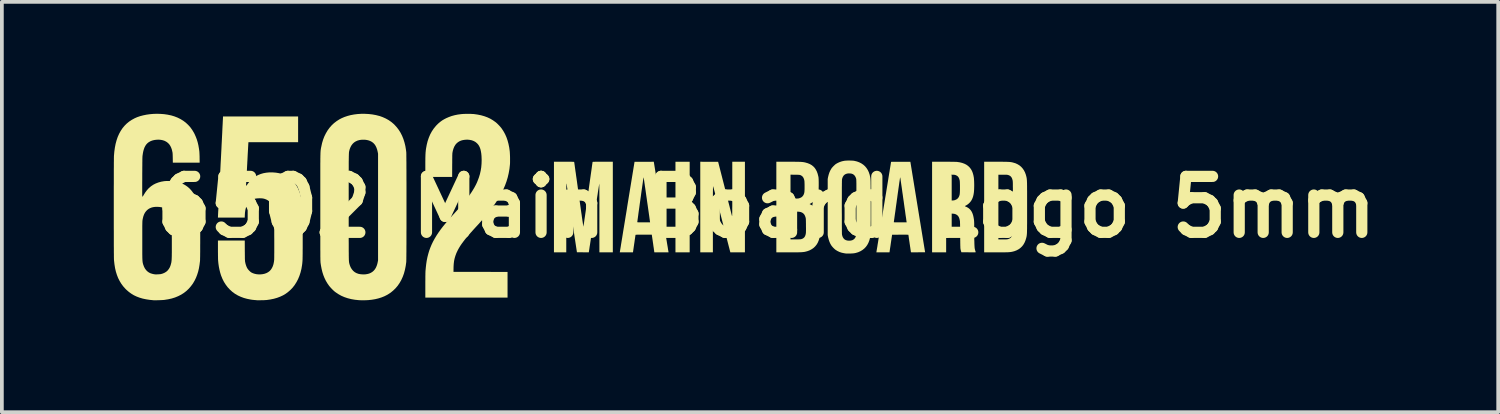
<source format=kicad_pcb>
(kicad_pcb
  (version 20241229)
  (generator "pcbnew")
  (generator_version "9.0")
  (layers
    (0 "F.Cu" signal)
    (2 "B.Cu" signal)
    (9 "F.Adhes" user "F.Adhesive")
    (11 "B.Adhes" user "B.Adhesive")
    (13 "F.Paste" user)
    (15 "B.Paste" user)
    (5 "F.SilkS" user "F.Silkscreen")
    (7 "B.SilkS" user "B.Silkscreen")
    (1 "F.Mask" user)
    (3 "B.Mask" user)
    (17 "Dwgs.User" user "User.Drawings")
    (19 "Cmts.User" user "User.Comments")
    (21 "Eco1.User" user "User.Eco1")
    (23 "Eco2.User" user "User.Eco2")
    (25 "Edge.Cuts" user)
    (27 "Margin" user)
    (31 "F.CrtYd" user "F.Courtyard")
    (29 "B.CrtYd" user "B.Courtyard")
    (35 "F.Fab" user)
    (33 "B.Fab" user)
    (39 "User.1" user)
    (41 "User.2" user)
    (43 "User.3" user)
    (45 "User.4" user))
  (footprint "6502 Main Board Logo 5mm"
    (layer "F.Cu")
    (at 17.489 2.5)
    (property "Reference" "6502 Main Board Logo 5mm" (at 0 0 0) (layer "F.SilkS") (effects (font (size 1.5 1.5) (thickness 0.3))))
    (attr board_only exclude_from_pos_files exclude_from_bom)
    (fp_poly (pts (xy -2.052 0) (xy -2.052 1.214) (xy -2.242 1.214) (xy -2.433 1.214) (xy -2.433 0) (xy -2.433 -1.214) (xy -2.242 -1.214) (xy -2.052 -1.214)) (stroke (width 0) (type solid)) (fill yes) (layer "F.SilkS"))
    (fp_poly (pts (xy -1.528 -1.213) (xy -1.289 -1.212) (xy -1.106 -0.497) (xy -1.087 -0.421) (xy -1.068 -0.347) (xy -1.05 -0.276) (xy -1.032 -0.207) (xy -1.016 -0.142) (xy -1 -0.081) (xy -0.985 -0.024) (xy -0.972 0.029) (xy -0.96 0.076) (xy -0.949 0.118) (xy -0.94 0.153) (xy -0.933 0.183) (xy -0.927 0.205) (xy -0.923 0.221) (xy -0.921 0.229) (xy -0.921 0.23) (xy -0.917 0.238) (xy -0.914 0.241) (xy -0.913 0.237) (xy -0.913 0.224) (xy -0.912 0.203) (xy -0.912 0.174) (xy -0.911 0.137) (xy -0.911 0.092) (xy -0.911 0.039) (xy -0.91 -0.022) (xy -0.91 -0.091) (xy -0.91 -0.167) (xy -0.91 -0.251) (xy -0.91 -0.342) (xy -0.91 -0.441) (xy -0.91 -0.487) (xy -0.91 -1.214) (xy -0.74 -1.214) (xy -0.571 -1.214) (xy -0.571 0) (xy -0.571 1.214) (xy -0.767 1.214) (xy -0.962 1.214) (xy -1.191 0.328) (xy -1.22 0.214) (xy -1.248 0.108) (xy -1.273 0.01) (xy -1.297 -0.081) (xy -1.318 -0.164) (xy -1.338 -0.239) (xy -1.355 -0.306) (xy -1.371 -0.366) (xy -1.385 -0.417) (xy -1.397 -0.461) (xy -1.406 -0.496) (xy -1.414 -0.524) (xy -1.42 -0.544) (xy -1.423 -0.555) (xy -1.425 -0.558) (xy -1.425 -0.557) (xy -1.426 -0.552) (xy -1.426 -0.544) (xy -1.427 -0.532) (xy -1.427 -0.516) (xy -1.428 -0.496) (xy -1.428 -0.471) (xy -1.428 -0.441) (xy -1.429 -0.406) (xy -1.429 -0.366) (xy -1.429 -0.319) (xy -1.429 -0.267) (xy -1.429 -0.208) (xy -1.43 -0.143) (xy -1.43 -0.071) (xy -1.43 0.009) (xy -1.43 0.096) (xy -1.43 0.191) (xy -1.43 0.294) (xy -1.43 0.328) (xy -1.43 1.214) (xy -1.599 1.214) (xy -1.768 1.214) (xy -1.768 -0.000035) (xy -1.768 -1.214)) (stroke (width 0) (type solid)) (fill yes) (layer "F.SilkS"))
    (fp_poly (pts (xy 6.165 -1.214) (xy 6.229 -1.214) (xy 6.286 -1.214) (xy 6.335 -1.214) (xy 6.378 -1.213) (xy 6.415 -1.213) (xy 6.447 -1.212) (xy 6.475 -1.211) (xy 6.499 -1.21) (xy 6.519 -1.209) (xy 6.538 -1.207) (xy 6.554 -1.205) (xy 6.569 -1.203) (xy 6.584 -1.2) (xy 6.599 -1.197) (xy 6.614 -1.193) (xy 6.677 -1.175) (xy 6.734 -1.149) (xy 6.786 -1.118) (xy 6.832 -1.08) (xy 6.872 -1.036) (xy 6.907 -0.986) (xy 6.936 -0.93) (xy 6.959 -0.868) (xy 6.97 -0.827) (xy 6.973 -0.815) (xy 6.976 -0.804) (xy 6.978 -0.792) (xy 6.98 -0.781) (xy 6.982 -0.769) (xy 6.984 -0.756) (xy 6.985 -0.742) (xy 6.987 -0.726) (xy 6.988 -0.707) (xy 6.989 -0.686) (xy 6.99 -0.662) (xy 6.991 -0.634) (xy 6.991 -0.603) (xy 6.992 -0.566) (xy 6.992 -0.526) (xy 6.992 -0.48) (xy 6.993 -0.428) (xy 6.993 -0.37) (xy 6.993 -0.306) (xy 6.993 -0.235) (xy 6.993 -0.157) (xy 6.993 -0.071) (xy 6.993 0) (xy 6.993 0.092) (xy 6.993 0.176) (xy 6.993 0.253) (xy 6.993 0.322) (xy 6.993 0.385) (xy 6.993 0.441) (xy 6.992 0.491) (xy 6.992 0.536) (xy 6.992 0.576) (xy 6.991 0.611) (xy 6.99 0.641) (xy 6.99 0.668) (xy 6.989 0.692) (xy 6.988 0.712) (xy 6.986 0.73) (xy 6.985 0.746) (xy 6.983 0.759) (xy 6.982 0.772) (xy 6.98 0.784) (xy 6.977 0.795) (xy 6.975 0.806) (xy 6.972 0.818) (xy 6.97 0.827) (xy 6.95 0.893) (xy 6.925 0.953) (xy 6.894 1.007) (xy 6.857 1.055) (xy 6.814 1.096) (xy 6.766 1.131) (xy 6.712 1.16) (xy 6.652 1.183) (xy 6.614 1.193) (xy 6.598 1.197) (xy 6.583 1.2) (xy 6.568 1.203) (xy 6.553 1.205) (xy 6.537 1.207) (xy 6.518 1.209) (xy 6.498 1.21) (xy 6.474 1.212) (xy 6.446 1.212) (xy 6.414 1.213) (xy 6.376 1.213) (xy 6.333 1.214) (xy 6.283 1.214) (xy 6.226 1.214) (xy 6.165 1.214) (xy 5.842 1.214) (xy 5.842 0) (xy 5.842 -0.867) (xy 6.223 -0.867) (xy 6.223 0) (xy 6.223 0.867) (xy 6.34 0.867) (xy 6.375 0.867) (xy 6.404 0.867) (xy 6.426 0.867) (xy 6.443 0.866) (xy 6.456 0.865) (xy 6.467 0.863) (xy 6.477 0.861) (xy 6.485 0.859) (xy 6.519 0.846) (xy 6.547 0.827) (xy 6.569 0.804) (xy 6.587 0.774) (xy 6.6 0.737) (xy 6.604 0.717) (xy 6.605 0.712) (xy 6.606 0.706) (xy 6.607 0.7) (xy 6.608 0.692) (xy 6.609 0.683) (xy 6.609 0.672) (xy 6.61 0.658) (xy 6.61 0.641) (xy 6.611 0.622) (xy 6.611 0.598) (xy 6.611 0.571) (xy 6.611 0.539) (xy 6.612 0.502) (xy 6.612 0.46) (xy 6.612 0.413) (xy 6.612 0.359) (xy 6.612 0.298) (xy 6.612 0.231) (xy 6.612 0.157) (xy 6.612 0.075) (xy 6.612 0) (xy 6.612 -0.089) (xy 6.612 -0.17) (xy 6.612 -0.243) (xy 6.612 -0.309) (xy 6.612 -0.368) (xy 6.612 -0.421) (xy 6.612 -0.468) (xy 6.612 -0.509) (xy 6.611 -0.545) (xy 6.611 -0.576) (xy 6.611 -0.602) (xy 6.611 -0.625) (xy 6.61 -0.644) (xy 6.61 -0.66) (xy 6.609 -0.674) (xy 6.608 -0.685) (xy 6.608 -0.694) (xy 6.607 -0.701) (xy 6.606 -0.707) (xy 6.605 -0.713) (xy 6.604 -0.717) (xy 6.593 -0.757) (xy 6.578 -0.79) (xy 6.558 -0.817) (xy 6.533 -0.838) (xy 6.502 -0.853) (xy 6.485 -0.859) (xy 6.476 -0.861) (xy 6.466 -0.863) (xy 6.455 -0.865) (xy 6.442 -0.866) (xy 6.424 -0.867) (xy 6.402 -0.867) (xy 6.373 -0.867) (xy 6.34 -0.867) (xy 6.223 -0.867) (xy 5.842 -0.867) (xy 5.842 -1.214)) (stroke (width 0) (type solid)) (fill yes) (layer "F.SilkS"))
    (fp_poly (pts (xy -2.818 -0.01) (xy -2.802 0.09) (xy -2.786 0.188) (xy -2.77 0.283) (xy -2.755 0.376) (xy -2.741 0.465) (xy -2.727 0.551) (xy -2.713 0.633) (xy -2.701 0.711) (xy -2.689 0.785) (xy -2.678 0.853) (xy -2.667 0.917) (xy -2.658 0.975) (xy -2.649 1.028) (xy -2.641 1.074) (xy -2.635 1.114) (xy -2.63 1.147) (xy -2.625 1.173) (xy -2.622 1.191) (xy -2.62 1.202) (xy -2.62 1.205) (xy -2.618 1.214) (xy -2.809 1.214) (xy -2.848 1.214) (xy -2.884 1.214) (xy -2.917 1.214) (xy -2.946 1.214) (xy -2.969 1.213) (xy -2.986 1.213) (xy -2.997 1.213) (xy -2.999 1.213) (xy -3 1.208) (xy -3.002 1.196) (xy -3.004 1.177) (xy -3.008 1.153) (xy -3.012 1.124) (xy -3.016 1.092) (xy -3.022 1.057) (xy -3.027 1.02) (xy -3.032 0.982) (xy -3.038 0.944) (xy -3.043 0.907) (xy -3.048 0.872) (xy -3.053 0.84) (xy -3.057 0.811) (xy -3.061 0.787) (xy -3.063 0.769) (xy -3.065 0.758) (xy -3.066 0.754) (xy -3.068 0.74) (xy -3.285 0.74) (xy -3.333 0.74) (xy -3.374 0.74) (xy -3.408 0.741) (xy -3.435 0.741) (xy -3.456 0.741) (xy -3.473 0.742) (xy -3.485 0.742) (xy -3.493 0.743) (xy -3.499 0.744) (xy -3.502 0.745) (xy -3.503 0.747) (xy -3.504 0.748) (xy -3.505 0.753) (xy -3.507 0.766) (xy -3.51 0.786) (xy -3.514 0.812) (xy -3.518 0.843) (xy -3.524 0.879) (xy -3.529 0.918) (xy -3.535 0.96) (xy -3.539 0.985) (xy -3.572 1.214) (xy -3.749 1.214) (xy -3.925 1.214) (xy -3.923 1.2) (xy -3.922 1.195) (xy -3.92 1.182) (xy -3.917 1.161) (xy -3.912 1.133) (xy -3.906 1.097) (xy -3.899 1.055) (xy -3.892 1.007) (xy -3.883 0.953) (xy -3.873 0.892) (xy -3.862 0.827) (xy -3.851 0.757) (xy -3.839 0.682) (xy -3.826 0.602) (xy -3.812 0.519) (xy -3.798 0.432) (xy -3.793 0.403) (xy -3.456 0.403) (xy -3.456 0.405) (xy -3.454 0.406) (xy -3.45 0.408) (xy -3.443 0.408) (xy -3.433 0.409) (xy -3.418 0.41) (xy -3.398 0.41) (xy -3.371 0.41) (xy -3.339 0.41) (xy -3.298 0.41) (xy -3.285 0.41) (xy -3.248 0.41) (xy -3.213 0.41) (xy -3.183 0.41) (xy -3.157 0.41) (xy -3.136 0.41) (xy -3.121 0.41) (xy -3.114 0.409) (xy -3.114 0.409) (xy -3.114 0.404) (xy -3.116 0.391) (xy -3.119 0.372) (xy -3.122 0.345) (xy -3.127 0.312) (xy -3.132 0.274) (xy -3.138 0.231) (xy -3.145 0.184) (xy -3.152 0.133) (xy -3.16 0.079) (xy -3.168 0.022) (xy -3.176 -0.036) (xy -3.185 -0.097) (xy -3.194 -0.158) (xy -3.202 -0.219) (xy -3.211 -0.28) (xy -3.22 -0.341) (xy -3.228 -0.399) (xy -3.236 -0.456) (xy -3.244 -0.511) (xy -3.252 -0.562) (xy -3.258 -0.609) (xy -3.265 -0.653) (xy -3.27 -0.691) (xy -3.275 -0.724) (xy -3.279 -0.751) (xy -3.282 -0.771) (xy -3.284 -0.785) (xy -3.285 -0.79) (xy -3.285 -0.79) (xy -3.289 -0.79) (xy -3.29 -0.79) (xy -3.29 -0.786) (xy -3.292 -0.773) (xy -3.295 -0.754) (xy -3.299 -0.728) (xy -3.304 -0.696) (xy -3.309 -0.658) (xy -3.315 -0.616) (xy -3.322 -0.569) (xy -3.329 -0.518) (xy -3.337 -0.464) (xy -3.345 -0.408) (xy -3.353 -0.349) (xy -3.361 -0.289) (xy -3.37 -0.228) (xy -3.378 -0.167) (xy -3.387 -0.106) (xy -3.395 -0.046) (xy -3.403 0.013) (xy -3.411 0.07) (xy -3.419 0.124) (xy -3.426 0.175) (xy -3.432 0.223) (xy -3.438 0.266) (xy -3.443 0.304) (xy -3.448 0.337) (xy -3.451 0.364) (xy -3.454 0.384) (xy -3.456 0.398) (xy -3.456 0.403) (xy -3.793 0.403) (xy -3.783 0.342) (xy -3.768 0.248) (xy -3.752 0.152) (xy -3.736 0.054) (xy -3.726 -0.013) (xy -3.53 -1.212) (xy -3.272 -1.213) (xy -3.014 -1.214)) (stroke (width 0) (type solid)) (fill yes) (layer "F.SilkS"))
    (fp_poly (pts (xy 3.586 -1.213) (xy 3.605 -1.213) (xy 3.864 -1.212) (xy 4.061 0) (xy 4.259 1.212) (xy 4.07 1.213) (xy 4.031 1.213) (xy 3.995 1.213) (xy 3.962 1.213) (xy 3.933 1.213) (xy 3.91 1.213) (xy 3.893 1.213) (xy 3.883 1.212) (xy 3.88 1.212) (xy 3.879 1.208) (xy 3.877 1.196) (xy 3.874 1.178) (xy 3.871 1.154) (xy 3.866 1.125) (xy 3.862 1.093) (xy 3.856 1.057) (xy 3.851 1.02) (xy 3.845 0.982) (xy 3.84 0.944) (xy 3.834 0.906) (xy 3.829 0.871) (xy 3.824 0.838) (xy 3.82 0.808) (xy 3.817 0.784) (xy 3.814 0.764) (xy 3.812 0.751) (xy 3.812 0.746) (xy 3.81 0.744) (xy 3.805 0.743) (xy 3.796 0.743) (xy 3.782 0.742) (xy 3.763 0.741) (xy 3.737 0.741) (xy 3.706 0.741) (xy 3.667 0.741) (xy 3.621 0.741) (xy 3.593 0.741) (xy 3.374 0.742) (xy 3.339 0.977) (xy 3.333 1.021) (xy 3.327 1.062) (xy 3.321 1.099) (xy 3.316 1.133) (xy 3.312 1.161) (xy 3.309 1.185) (xy 3.306 1.201) (xy 3.305 1.211) (xy 3.304 1.213) (xy 3.3 1.213) (xy 3.288 1.214) (xy 3.27 1.214) (xy 3.246 1.214) (xy 3.217 1.214) (xy 3.183 1.214) (xy 3.147 1.214) (xy 3.128 1.214) (xy 2.952 1.214) (xy 2.954 1.2) (xy 2.956 1.194) (xy 2.958 1.18) (xy 2.961 1.159) (xy 2.966 1.13) (xy 2.972 1.095) (xy 2.979 1.054) (xy 2.986 1.006) (xy 2.995 0.954) (xy 3.004 0.896) (xy 3.014 0.833) (xy 3.025 0.767) (xy 3.037 0.696) (xy 3.049 0.622) (xy 3.061 0.545) (xy 3.074 0.466) (xy 3.084 0.405) (xy 3.42 0.405) (xy 3.421 0.406) (xy 3.424 0.407) (xy 3.431 0.408) (xy 3.441 0.409) (xy 3.455 0.41) (xy 3.475 0.41) (xy 3.5 0.41) (xy 3.533 0.41) (xy 3.572 0.41) (xy 3.592 0.41) (xy 3.765 0.41) (xy 3.763 0.401) (xy 3.762 0.396) (xy 3.76 0.382) (xy 3.757 0.362) (xy 3.753 0.334) (xy 3.749 0.3) (xy 3.743 0.261) (xy 3.736 0.215) (xy 3.729 0.165) (xy 3.722 0.11) (xy 3.713 0.051) (xy 3.704 -0.012) (xy 3.695 -0.077) (xy 3.686 -0.145) (xy 3.678 -0.199) (xy 3.668 -0.268) (xy 3.659 -0.336) (xy 3.649 -0.4) (xy 3.641 -0.462) (xy 3.633 -0.519) (xy 3.625 -0.573) (xy 3.618 -0.621) (xy 3.612 -0.665) (xy 3.606 -0.702) (xy 3.602 -0.734) (xy 3.598 -0.759) (xy 3.595 -0.778) (xy 3.594 -0.788) (xy 3.593 -0.791) (xy 3.589 -0.79) (xy 3.588 -0.789) (xy 3.587 -0.784) (xy 3.585 -0.772) (xy 3.582 -0.752) (xy 3.578 -0.725) (xy 3.573 -0.691) (xy 3.567 -0.652) (xy 3.561 -0.607) (xy 3.554 -0.557) (xy 3.546 -0.503) (xy 3.538 -0.444) (xy 3.529 -0.382) (xy 3.52 -0.317) (xy 3.511 -0.249) (xy 3.503 -0.195) (xy 3.494 -0.125) (xy 3.484 -0.057) (xy 3.475 0.007) (xy 3.467 0.069) (xy 3.459 0.127) (xy 3.451 0.181) (xy 3.444 0.23) (xy 3.438 0.274) (xy 3.433 0.312) (xy 3.428 0.344) (xy 3.425 0.37) (xy 3.422 0.389) (xy 3.42 0.4) (xy 3.42 0.403) (xy 3.42 0.405) (xy 3.084 0.405) (xy 3.088 0.384) (xy 3.101 0.3) (xy 3.115 0.215) (xy 3.129 0.129) (xy 3.143 0.042) (xy 3.157 -0.045) (xy 3.171 -0.131) (xy 3.185 -0.218) (xy 3.199 -0.303) (xy 3.213 -0.386) (xy 3.226 -0.468) (xy 3.239 -0.548) (xy 3.252 -0.626) (xy 3.264 -0.7) (xy 3.275 -0.771) (xy 3.286 -0.838) (xy 3.296 -0.9) (xy 3.306 -0.958) (xy 3.314 -1.012) (xy 3.322 -1.059) (xy 3.329 -1.101) (xy 3.335 -1.137) (xy 3.339 -1.166) (xy 3.343 -1.188) (xy 3.345 -1.203) (xy 3.346 -1.21) (xy 3.346 -1.21) (xy 3.351 -1.211) (xy 3.363 -1.212) (xy 3.383 -1.212) (xy 3.41 -1.213) (xy 3.445 -1.213) (xy 3.486 -1.213) (xy 3.533 -1.213)) (stroke (width 0) (type solid)) (fill yes) (layer "F.SilkS"))
    (fp_poly (pts (xy -5.365 -1.214) (xy -5.318 -1.214) (xy -5.279 -1.214) (xy -5.246 -1.214) (xy -5.219 -1.214) (xy -5.198 -1.213) (xy -5.181 -1.213) (xy -5.169 -1.212) (xy -5.16 -1.211) (xy -5.154 -1.211) (xy -5.15 -1.209) (xy -5.148 -1.208) (xy -5.148 -1.207) (xy -5.147 -1.202) (xy -5.145 -1.189) (xy -5.142 -1.169) (xy -5.138 -1.141) (xy -5.133 -1.107) (xy -5.128 -1.066) (xy -5.121 -1.019) (xy -5.114 -0.966) (xy -5.105 -0.909) (xy -5.097 -0.846) (xy -5.087 -0.779) (xy -5.077 -0.709) (xy -5.067 -0.634) (xy -5.056 -0.556) (xy -5.045 -0.476) (xy -5.033 -0.392) (xy -5.026 -0.337) (xy -5.013 -0.248) (xy -5.001 -0.162) (xy -4.989 -0.079) (xy -4.978 -0.001) (xy -4.968 0.074) (xy -4.958 0.144) (xy -4.948 0.21) (xy -4.94 0.27) (xy -4.932 0.325) (xy -4.925 0.374) (xy -4.918 0.416) (xy -4.913 0.452) (xy -4.908 0.482) (xy -4.905 0.503) (xy -4.903 0.518) (xy -4.901 0.524) (xy -4.901 0.525) (xy -4.9 0.52) (xy -4.898 0.508) (xy -4.895 0.488) (xy -4.891 0.461) (xy -4.885 0.427) (xy -4.879 0.386) (xy -4.873 0.339) (xy -4.865 0.286) (xy -4.856 0.227) (xy -4.847 0.163) (xy -4.837 0.094) (xy -4.827 0.021) (xy -4.816 -0.057) (xy -4.805 -0.139) (xy -4.793 -0.224) (xy -4.78 -0.312) (xy -4.777 -0.337) (xy -4.765 -0.422) (xy -4.754 -0.504) (xy -4.743 -0.584) (xy -4.732 -0.661) (xy -4.722 -0.734) (xy -4.712 -0.803) (xy -4.703 -0.869) (xy -4.694 -0.93) (xy -4.686 -0.986) (xy -4.679 -1.036) (xy -4.673 -1.081) (xy -4.668 -1.119) (xy -4.663 -1.152) (xy -4.659 -1.177) (xy -4.657 -1.194) (xy -4.655 -1.205) (xy -4.655 -1.207) (xy -4.654 -1.208) (xy -4.652 -1.21) (xy -4.649 -1.211) (xy -4.643 -1.212) (xy -4.634 -1.212) (xy -4.621 -1.213) (xy -4.604 -1.213) (xy -4.583 -1.214) (xy -4.556 -1.214) (xy -4.523 -1.214) (xy -4.483 -1.214) (xy -4.436 -1.214) (xy -4.383 -1.214) (xy -4.112 -1.214) (xy -4.112 0) (xy -4.112 1.214) (xy -4.292 1.214) (xy -4.472 1.214) (xy -4.472 0.294) (xy -4.472 0.206) (xy -4.472 0.121) (xy -4.472 0.038) (xy -4.472 -0.041) (xy -4.472 -0.117) (xy -4.472 -0.19) (xy -4.472 -0.258) (xy -4.473 -0.322) (xy -4.473 -0.381) (xy -4.473 -0.434) (xy -4.473 -0.482) (xy -4.473 -0.523) (xy -4.474 -0.558) (xy -4.474 -0.586) (xy -4.474 -0.607) (xy -4.475 -0.621) (xy -4.475 -0.626) (xy -4.475 -0.626) (xy -4.476 -0.622) (xy -4.478 -0.61) (xy -4.481 -0.59) (xy -4.486 -0.563) (xy -4.491 -0.529) (xy -4.497 -0.489) (xy -4.505 -0.443) (xy -4.513 -0.391) (xy -4.521 -0.333) (xy -4.531 -0.271) (xy -4.541 -0.204) (xy -4.552 -0.133) (xy -4.564 -0.058) (xy -4.575 0.02) (xy -4.588 0.101) (xy -4.6 0.185) (xy -4.613 0.272) (xy -4.615 0.282) (xy -4.628 0.369) (xy -4.641 0.454) (xy -4.653 0.536) (xy -4.665 0.615) (xy -4.677 0.691) (xy -4.687 0.763) (xy -4.698 0.831) (xy -4.707 0.895) (xy -4.716 0.953) (xy -4.724 1.007) (xy -4.732 1.055) (xy -4.738 1.097) (xy -4.743 1.132) (xy -4.748 1.161) (xy -4.751 1.182) (xy -4.753 1.196) (xy -4.754 1.202) (xy -4.754 1.203) (xy -4.756 1.214) (xy -4.915 1.213) (xy -5.074 1.212) (xy -5.213 0.296) (xy -5.226 0.209) (xy -5.239 0.124) (xy -5.251 0.042) (xy -5.263 -0.037) (xy -5.275 -0.113) (xy -5.285 -0.185) (xy -5.296 -0.253) (xy -5.305 -0.316) (xy -5.314 -0.375) (xy -5.322 -0.428) (xy -5.329 -0.476) (xy -5.336 -0.518) (xy -5.341 -0.553) (xy -5.345 -0.582) (xy -5.348 -0.603) (xy -5.35 -0.617) (xy -5.351 -0.623) (xy -5.351 -0.623) (xy -5.355 -0.626) (xy -5.356 -0.626) (xy -5.356 -0.622) (xy -5.357 -0.609) (xy -5.357 -0.588) (xy -5.358 -0.559) (xy -5.358 -0.521) (xy -5.359 -0.474) (xy -5.359 -0.42) (xy -5.359 -0.357) (xy -5.359 -0.285) (xy -5.36 -0.206) (xy -5.36 -0.118) (xy -5.36 -0.021) (xy -5.36 0.083) (xy -5.36 0.196) (xy -5.36 0.294) (xy -5.36 1.214) (xy -5.525 1.214) (xy -5.69 1.214) (xy -5.69 0) (xy -5.69 -1.214) (xy -5.42 -1.214)) (stroke (width 0) (type solid)) (fill yes) (layer "F.SilkS"))
    (fp_poly (pts (xy 4.816 -1.214) (xy 4.872 -1.214) (xy 4.924 -1.214) (xy 4.971 -1.213) (xy 5.012 -1.213) (xy 5.047 -1.212) (xy 5.076 -1.211) (xy 5.097 -1.211) (xy 5.11 -1.21) (xy 5.111 -1.21) (xy 5.183 -1.2) (xy 5.249 -1.184) (xy 5.308 -1.163) (xy 5.361 -1.137) (xy 5.407 -1.105) (xy 5.448 -1.067) (xy 5.483 -1.023) (xy 5.512 -0.974) (xy 5.535 -0.918) (xy 5.553 -0.855) (xy 5.566 -0.786) (xy 5.567 -0.774) (xy 5.569 -0.751) (xy 5.571 -0.72) (xy 5.573 -0.685) (xy 5.574 -0.646) (xy 5.575 -0.605) (xy 5.575 -0.564) (xy 5.574 -0.525) (xy 5.573 -0.489) (xy 5.572 -0.46) (xy 5.567 -0.396) (xy 5.558 -0.338) (xy 5.546 -0.286) (xy 5.53 -0.239) (xy 5.51 -0.196) (xy 5.503 -0.183) (xy 5.48 -0.149) (xy 5.452 -0.116) (xy 5.42 -0.086) (xy 5.385 -0.06) (xy 5.351 -0.04) (xy 5.346 -0.038) (xy 5.332 -0.031) (xy 5.327 -0.025) (xy 5.33 -0.021) (xy 5.338 -0.016) (xy 5.382 0.004) (xy 5.421 0.027) (xy 5.454 0.055) (xy 5.483 0.087) (xy 5.507 0.124) (xy 5.527 0.166) (xy 5.544 0.215) (xy 5.557 0.271) (xy 5.568 0.334) (xy 5.569 0.348) (xy 5.571 0.362) (xy 5.572 0.377) (xy 5.573 0.395) (xy 5.574 0.417) (xy 5.575 0.442) (xy 5.575 0.473) (xy 5.575 0.509) (xy 5.576 0.551) (xy 5.576 0.601) (xy 5.576 0.648) (xy 5.576 0.731) (xy 5.577 0.806) (xy 5.577 0.873) (xy 5.579 0.931) (xy 5.58 0.983) (xy 5.582 1.026) (xy 5.584 1.062) (xy 5.586 1.091) (xy 5.589 1.113) (xy 5.591 1.122) (xy 5.601 1.163) (xy 5.614 1.203) (xy 5.616 1.207) (xy 5.616 1.209) (xy 5.615 1.21) (xy 5.612 1.211) (xy 5.607 1.212) (xy 5.597 1.213) (xy 5.584 1.213) (xy 5.566 1.213) (xy 5.542 1.214) (xy 5.512 1.214) (xy 5.475 1.213) (xy 5.43 1.213) (xy 5.425 1.213) (xy 5.232 1.212) (xy 5.226 1.195) (xy 5.222 1.183) (xy 5.217 1.166) (xy 5.212 1.147) (xy 5.211 1.142) (xy 5.21 1.136) (xy 5.208 1.129) (xy 5.207 1.121) (xy 5.206 1.112) (xy 5.205 1.101) (xy 5.204 1.088) (xy 5.204 1.071) (xy 5.203 1.051) (xy 5.202 1.026) (xy 5.202 0.997) (xy 5.201 0.962) (xy 5.201 0.92) (xy 5.2 0.873) (xy 5.2 0.818) (xy 5.199 0.755) (xy 5.199 0.751) (xy 5.199 0.686) (xy 5.198 0.629) (xy 5.198 0.579) (xy 5.197 0.536) (xy 5.196 0.499) (xy 5.196 0.467) (xy 5.195 0.441) (xy 5.194 0.42) (xy 5.194 0.402) (xy 5.193 0.387) (xy 5.192 0.376) (xy 5.191 0.367) (xy 5.189 0.36) (xy 5.18 0.317) (xy 5.167 0.281) (xy 5.152 0.253) (xy 5.134 0.23) (xy 5.112 0.212) (xy 5.105 0.207) (xy 5.088 0.198) (xy 5.073 0.191) (xy 5.058 0.186) (xy 5.041 0.182) (xy 5.021 0.179) (xy 4.997 0.177) (xy 4.967 0.175) (xy 4.93 0.175) (xy 4.925 0.174) (xy 4.823 0.173) (xy 4.823 0.693) (xy 4.823 1.214) (xy 4.635 1.214) (xy 4.446 1.214) (xy 4.446 0) (xy 4.446 -0.867) (xy 4.823 -0.867) (xy 4.823 -0.52) (xy 4.823 -0.172) (xy 4.925 -0.174) (xy 4.959 -0.175) (xy 4.985 -0.176) (xy 5.005 -0.177) (xy 5.021 -0.178) (xy 5.033 -0.18) (xy 5.044 -0.182) (xy 5.053 -0.185) (xy 5.056 -0.186) (xy 5.093 -0.201) (xy 5.123 -0.221) (xy 5.148 -0.248) (xy 5.167 -0.28) (xy 5.181 -0.319) (xy 5.185 -0.335) (xy 5.187 -0.349) (xy 5.189 -0.371) (xy 5.191 -0.398) (xy 5.192 -0.431) (xy 5.193 -0.466) (xy 5.193 -0.504) (xy 5.193 -0.542) (xy 5.193 -0.58) (xy 5.192 -0.616) (xy 5.191 -0.648) (xy 5.19 -0.677) (xy 5.188 -0.7) (xy 5.186 -0.716) (xy 5.185 -0.716) (xy 5.174 -0.757) (xy 5.159 -0.79) (xy 5.14 -0.817) (xy 5.115 -0.838) (xy 5.085 -0.853) (xy 5.069 -0.859) (xy 5.06 -0.861) (xy 5.05 -0.864) (xy 5.039 -0.865) (xy 5.025 -0.866) (xy 5.007 -0.867) (xy 4.984 -0.867) (xy 4.954 -0.867) (xy 4.932 -0.867) (xy 4.823 -0.867) (xy 4.446 -0.867) (xy 4.446 -1.214) (xy 4.757 -1.214)) (stroke (width 0) (type solid)) (fill yes) (layer "F.SilkS"))
    (fp_poly (pts (xy 0.655 -1.214) (xy 0.714 -1.214) (xy 0.765 -1.214) (xy 0.81 -1.213) (xy 0.849 -1.213) (xy 0.883 -1.212) (xy 0.912 -1.211) (xy 0.937 -1.21) (xy 0.959 -1.208) (xy 0.979 -1.206) (xy 0.997 -1.204) (xy 1.013 -1.201) (xy 1.029 -1.198) (xy 1.045 -1.195) (xy 1.051 -1.193) (xy 1.113 -1.175) (xy 1.169 -1.152) (xy 1.218 -1.124) (xy 1.261 -1.09) (xy 1.299 -1.05) (xy 1.33 -1.004) (xy 1.357 -0.952) (xy 1.378 -0.894) (xy 1.395 -0.828) (xy 1.397 -0.817) (xy 1.4 -0.804) (xy 1.402 -0.791) (xy 1.403 -0.778) (xy 1.404 -0.764) (xy 1.405 -0.748) (xy 1.406 -0.728) (xy 1.406 -0.703) (xy 1.407 -0.673) (xy 1.407 -0.636) (xy 1.407 -0.609) (xy 1.407 -0.566) (xy 1.406 -0.531) (xy 1.406 -0.502) (xy 1.405 -0.478) (xy 1.405 -0.459) (xy 1.404 -0.443) (xy 1.402 -0.429) (xy 1.4 -0.416) (xy 1.399 -0.408) (xy 1.391 -0.371) (xy 1.379 -0.332) (xy 1.366 -0.294) (xy 1.351 -0.259) (xy 1.341 -0.239) (xy 1.316 -0.201) (xy 1.284 -0.166) (xy 1.248 -0.134) (xy 1.208 -0.106) (xy 1.179 -0.09) (xy 1.17 -0.085) (xy 1.165 -0.081) (xy 1.164 -0.079) (xy 1.169 -0.076) (xy 1.179 -0.071) (xy 1.193 -0.064) (xy 1.199 -0.061) (xy 1.249 -0.035) (xy 1.294 -0.003) (xy 1.332 0.036) (xy 1.366 0.081) (xy 1.393 0.133) (xy 1.415 0.191) (xy 1.432 0.255) (xy 1.441 0.308) (xy 1.442 0.327) (xy 1.444 0.354) (xy 1.445 0.387) (xy 1.446 0.424) (xy 1.447 0.465) (xy 1.447 0.508) (xy 1.447 0.551) (xy 1.447 0.594) (xy 1.446 0.634) (xy 1.445 0.672) (xy 1.444 0.705) (xy 1.443 0.733) (xy 1.441 0.753) (xy 1.44 0.754) (xy 1.428 0.825) (xy 1.409 0.889) (xy 1.385 0.948) (xy 1.355 1.001) (xy 1.318 1.047) (xy 1.308 1.059) (xy 1.265 1.098) (xy 1.219 1.13) (xy 1.168 1.158) (xy 1.111 1.18) (xy 1.072 1.191) (xy 1.056 1.195) (xy 1.04 1.199) (xy 1.025 1.202) (xy 1.009 1.204) (xy 0.992 1.206) (xy 0.973 1.208) (xy 0.952 1.21) (xy 0.927 1.211) (xy 0.898 1.212) (xy 0.865 1.213) (xy 0.827 1.213) (xy 0.783 1.214) (xy 0.732 1.214) (xy 0.675 1.214) (xy 0.609 1.214) (xy 0.6 1.214) (xy 0.271 1.214) (xy 0.271 0.123) (xy 0.651 0.123) (xy 0.651 0.495) (xy 0.651 0.867) (xy 0.781 0.867) (xy 0.82 0.867) (xy 0.852 0.867) (xy 0.877 0.866) (xy 0.897 0.866) (xy 0.912 0.864) (xy 0.924 0.863) (xy 0.934 0.861) (xy 0.936 0.861) (xy 0.971 0.849) (xy 0.999 0.832) (xy 1.022 0.81) (xy 1.04 0.782) (xy 1.053 0.748) (xy 1.06 0.718) (xy 1.061 0.708) (xy 1.063 0.697) (xy 1.064 0.684) (xy 1.065 0.668) (xy 1.065 0.649) (xy 1.066 0.625) (xy 1.066 0.596) (xy 1.066 0.56) (xy 1.065 0.518) (xy 1.065 0.496) (xy 1.065 0.451) (xy 1.064 0.414) (xy 1.064 0.383) (xy 1.063 0.359) (xy 1.063 0.339) (xy 1.062 0.323) (xy 1.061 0.311) (xy 1.059 0.301) (xy 1.058 0.292) (xy 1.056 0.284) (xy 1.054 0.278) (xy 1.041 0.239) (xy 1.024 0.206) (xy 1.003 0.18) (xy 0.978 0.159) (xy 0.958 0.148) (xy 0.943 0.141) (xy 0.928 0.135) (xy 0.911 0.131) (xy 0.892 0.128) (xy 0.87 0.125) (xy 0.843 0.124) (xy 0.81 0.123) (xy 0.771 0.123) (xy 0.763 0.123) (xy 0.651 0.123) (xy 0.271 0.123) (xy 0.271 0) (xy 0.271 -0.868) (xy 0.651 -0.868) (xy 0.651 -0.545) (xy 0.651 -0.223) (xy 0.754 -0.225) (xy 0.792 -0.226) (xy 0.822 -0.228) (xy 0.846 -0.229) (xy 0.864 -0.231) (xy 0.877 -0.233) (xy 0.882 -0.235) (xy 0.92 -0.249) (xy 0.953 -0.268) (xy 0.979 -0.294) (xy 1 -0.325) (xy 1.015 -0.363) (xy 1.021 -0.39) (xy 1.024 -0.406) (xy 1.025 -0.429) (xy 1.027 -0.457) (xy 1.028 -0.489) (xy 1.028 -0.524) (xy 1.028 -0.56) (xy 1.028 -0.595) (xy 1.027 -0.629) (xy 1.026 -0.66) (xy 1.025 -0.685) (xy 1.023 -0.704) (xy 1.022 -0.709) (xy 1.012 -0.751) (xy 0.996 -0.787) (xy 0.976 -0.816) (xy 0.95 -0.838) (xy 0.919 -0.855) (xy 0.919 -0.855) (xy 0.911 -0.858) (xy 0.904 -0.86) (xy 0.895 -0.862) (xy 0.885 -0.863) (xy 0.871 -0.864) (xy 0.852 -0.865) (xy 0.828 -0.866) (xy 0.798 -0.866) (xy 0.773 -0.866) (xy 0.651 -0.868) (xy 0.271 -0.868) (xy 0.271 -1.214) (xy 0.589 -1.214)) (stroke (width 0) (type solid)) (fill yes) (layer "F.SilkS"))
    (fp_poly (pts (xy -7.953 -2.497) (xy -7.915 -2.497) (xy -7.881 -2.495) (xy -7.853 -2.494) (xy -7.839 -2.493) (xy -7.739 -2.479) (xy -7.645 -2.46) (xy -7.557 -2.435) (xy -7.475 -2.405) (xy -7.398 -2.369) (xy -7.326 -2.326) (xy -7.258 -2.278) (xy -7.249 -2.271) (xy -7.221 -2.247) (xy -7.191 -2.218) (xy -7.16 -2.186) (xy -7.13 -2.153) (xy -7.104 -2.122) (xy -7.09 -2.103) (xy -7.042 -2.03) (xy -7 -1.954) (xy -6.964 -1.873) (xy -6.934 -1.786) (xy -6.909 -1.694) (xy -6.889 -1.596) (xy -6.877 -1.508) (xy -6.874 -1.481) (xy -6.872 -1.447) (xy -6.87 -1.408) (xy -6.868 -1.366) (xy -6.867 -1.322) (xy -6.867 -1.279) (xy -6.867 -1.237) (xy -6.867 -1.198) (xy -6.868 -1.165) (xy -6.87 -1.138) (xy -6.87 -1.137) (xy -6.883 -1.021) (xy -6.903 -0.908) (xy -6.929 -0.796) (xy -6.962 -0.686) (xy -7.002 -0.577) (xy -7.049 -0.469) (xy -7.103 -0.36) (xy -7.164 -0.251) (xy -7.234 -0.141) (xy -7.311 -0.029) (xy -7.324 -0.011) (xy -7.366 0.045) (xy -7.408 0.101) (xy -7.452 0.156) (xy -7.497 0.212) (xy -7.545 0.269) (xy -7.596 0.328) (xy -7.652 0.391) (xy -7.711 0.457) (xy -7.777 0.528) (xy -7.797 0.55) (xy -7.864 0.624) (xy -7.926 0.693) (xy -7.982 0.757) (xy -8.033 0.816) (xy -8.078 0.872) (xy -8.119 0.925) (xy -8.156 0.975) (xy -8.189 1.022) (xy -8.218 1.068) (xy -8.244 1.112) (xy -8.267 1.155) (xy -8.275 1.17) (xy -8.307 1.239) (xy -8.332 1.307) (xy -8.352 1.374) (xy -8.367 1.443) (xy -8.376 1.516) (xy -8.381 1.593) (xy -8.382 1.641) (xy -8.383 1.737) (xy -7.658 1.738) (xy -6.934 1.739) (xy -6.934 2.084) (xy -6.934 2.428) (xy -8.036 2.428) (xy -9.138 2.428) (xy -9.138 2.106) (xy -9.138 2.052) (xy -9.138 2) (xy -9.137 1.95) (xy -9.137 1.902) (xy -9.137 1.858) (xy -9.136 1.819) (xy -9.136 1.785) (xy -9.135 1.756) (xy -9.134 1.735) (xy -9.134 1.722) (xy -9.125 1.622) (xy -9.114 1.526) (xy -9.1 1.433) (xy -9.082 1.344) (xy -9.06 1.258) (xy -9.035 1.173) (xy -9.005 1.091) (xy -8.971 1.009) (xy -8.932 0.928) (xy -8.888 0.847) (xy -8.839 0.765) (xy -8.784 0.682) (xy -8.724 0.598) (xy -8.657 0.511) (xy -8.584 0.422) (xy -8.505 0.329) (xy -8.418 0.233) (xy -8.387 0.199) (xy -8.3 0.103) (xy -8.219 0.013) (xy -8.145 -0.074) (xy -8.078 -0.156) (xy -8.016 -0.235) (xy -7.96 -0.31) (xy -7.91 -0.382) (xy -7.865 -0.452) (xy -7.825 -0.519) (xy -7.79 -0.584) (xy -7.759 -0.647) (xy -7.74 -0.692) (xy -7.704 -0.787) (xy -7.675 -0.881) (xy -7.654 -0.973) (xy -7.639 -1.066) (xy -7.631 -1.162) (xy -7.628 -1.262) (xy -7.629 -1.292) (xy -7.632 -1.367) (xy -7.638 -1.433) (xy -7.648 -1.493) (xy -7.66 -1.547) (xy -7.676 -1.594) (xy -7.696 -1.636) (xy -7.719 -1.672) (xy -7.747 -1.704) (xy -7.779 -1.732) (xy -7.8 -1.748) (xy -7.843 -1.771) (xy -7.891 -1.789) (xy -7.944 -1.8) (xy -7.999 -1.806) (xy -8.057 -1.805) (xy -8.101 -1.8) (xy -8.135 -1.794) (xy -8.163 -1.787) (xy -8.189 -1.778) (xy -8.216 -1.766) (xy -8.221 -1.764) (xy -8.262 -1.739) (xy -8.299 -1.708) (xy -8.331 -1.671) (xy -8.358 -1.627) (xy -8.38 -1.577) (xy -8.398 -1.52) (xy -8.407 -1.479) (xy -8.409 -1.469) (xy -8.41 -1.461) (xy -8.411 -1.451) (xy -8.413 -1.441) (xy -8.414 -1.429) (xy -8.414 -1.414) (xy -8.415 -1.397) (xy -8.416 -1.376) (xy -8.416 -1.35) (xy -8.416 -1.319) (xy -8.417 -1.283) (xy -8.417 -1.24) (xy -8.417 -1.19) (xy -8.418 -1.133) (xy -8.418 -1.12) (xy -8.419 -0.808) (xy -8.779 -0.808) (xy -9.138 -0.808) (xy -9.138 -1.092) (xy -9.138 -1.157) (xy -9.138 -1.214) (xy -9.137 -1.264) (xy -9.137 -1.308) (xy -9.136 -1.347) (xy -9.135 -1.381) (xy -9.134 -1.412) (xy -9.132 -1.44) (xy -9.131 -1.466) (xy -9.128 -1.49) (xy -9.126 -1.515) (xy -9.123 -1.539) (xy -9.119 -1.565) (xy -9.119 -1.567) (xy -9.1 -1.67) (xy -9.076 -1.767) (xy -9.045 -1.858) (xy -9.009 -1.944) (xy -8.966 -2.024) (xy -8.917 -2.098) (xy -8.862 -2.166) (xy -8.838 -2.193) (xy -8.788 -2.242) (xy -8.738 -2.284) (xy -8.686 -2.322) (xy -8.63 -2.355) (xy -8.578 -2.382) (xy -8.506 -2.413) (xy -8.432 -2.44) (xy -8.355 -2.461) (xy -8.273 -2.478) (xy -8.184 -2.49) (xy -8.165 -2.492) (xy -8.14 -2.494) (xy -8.109 -2.496) (xy -8.073 -2.497) (xy -8.034 -2.497) (xy -7.993 -2.498)) (stroke (width 0) (type solid)) (fill yes) (layer "F.SilkS"))
    (fp_poly (pts (xy 2.255 -1.246) (xy 2.292 -1.245) (xy 2.326 -1.243) (xy 2.354 -1.24) (xy 2.363 -1.238) (xy 2.431 -1.222) (xy 2.493 -1.199) (xy 2.55 -1.17) (xy 2.602 -1.135) (xy 2.648 -1.094) (xy 2.688 -1.046) (xy 2.722 -0.993) (xy 2.75 -0.934) (xy 2.772 -0.868) (xy 2.788 -0.798) (xy 2.794 -0.756) (xy 2.795 -0.744) (xy 2.796 -0.725) (xy 2.797 -0.698) (xy 2.798 -0.664) (xy 2.798 -0.624) (xy 2.799 -0.578) (xy 2.799 -0.527) (xy 2.8 -0.472) (xy 2.8 -0.413) (xy 2.801 -0.35) (xy 2.801 -0.284) (xy 2.801 -0.216) (xy 2.801 -0.147) (xy 2.801 -0.076) (xy 2.801 -0.005) (xy 2.801 0.066) (xy 2.801 0.137) (xy 2.801 0.207) (xy 2.801 0.275) (xy 2.801 0.341) (xy 2.8 0.404) (xy 2.8 0.464) (xy 2.799 0.52) (xy 2.799 0.571) (xy 2.798 0.618) (xy 2.798 0.659) (xy 2.797 0.693) (xy 2.796 0.721) (xy 2.795 0.742) (xy 2.794 0.755) (xy 2.794 0.756) (xy 2.782 0.83) (xy 2.763 0.898) (xy 2.738 0.961) (xy 2.708 1.017) (xy 2.671 1.068) (xy 2.629 1.112) (xy 2.58 1.151) (xy 2.527 1.183) (xy 2.467 1.21) (xy 2.449 1.216) (xy 2.418 1.225) (xy 2.389 1.233) (xy 2.36 1.238) (xy 2.329 1.242) (xy 2.294 1.244) (xy 2.254 1.246) (xy 2.236 1.246) (xy 2.209 1.246) (xy 2.184 1.246) (xy 2.163 1.246) (xy 2.147 1.246) (xy 2.138 1.246) (xy 2.136 1.245) (xy 2.128 1.244) (xy 2.113 1.242) (xy 2.095 1.239) (xy 2.084 1.237) (xy 2.023 1.224) (xy 1.963 1.204) (xy 1.907 1.177) (xy 1.863 1.15) (xy 1.841 1.133) (xy 1.817 1.111) (xy 1.792 1.086) (xy 1.77 1.061) (xy 1.751 1.038) (xy 1.748 1.033) (xy 1.72 0.987) (xy 1.696 0.934) (xy 1.676 0.876) (xy 1.66 0.815) (xy 1.657 0.8) (xy 1.648 0.751) (xy 1.648 0) (xy 2.026 0) (xy 2.026 0.106) (xy 2.027 0.203) (xy 2.027 0.291) (xy 2.027 0.372) (xy 2.027 0.444) (xy 2.027 0.509) (xy 2.028 0.565) (xy 2.028 0.613) (xy 2.028 0.653) (xy 2.029 0.686) (xy 2.029 0.711) (xy 2.03 0.728) (xy 2.031 0.737) (xy 2.031 0.739) (xy 2.042 0.782) (xy 2.058 0.818) (xy 2.08 0.848) (xy 2.106 0.872) (xy 2.138 0.888) (xy 2.175 0.898) (xy 2.19 0.9) (xy 2.233 0.902) (xy 2.271 0.898) (xy 2.305 0.889) (xy 2.315 0.885) (xy 2.345 0.867) (xy 2.37 0.844) (xy 2.39 0.814) (xy 2.405 0.777) (xy 2.41 0.761) (xy 2.411 0.757) (xy 2.412 0.752) (xy 2.413 0.747) (xy 2.414 0.74) (xy 2.414 0.731) (xy 2.415 0.719) (xy 2.415 0.705) (xy 2.416 0.688) (xy 2.416 0.668) (xy 2.416 0.644) (xy 2.417 0.616) (xy 2.417 0.583) (xy 2.417 0.545) (xy 2.417 0.502) (xy 2.417 0.453) (xy 2.418 0.398) (xy 2.418 0.336) (xy 2.418 0.268) (xy 2.418 0.192) (xy 2.418 0.109) (xy 2.418 0.018) (xy 2.418 0) (xy 2.418 -0.093) (xy 2.418 -0.177) (xy 2.418 -0.254) (xy 2.418 -0.324) (xy 2.418 -0.387) (xy 2.417 -0.443) (xy 2.417 -0.493) (xy 2.417 -0.537) (xy 2.417 -0.576) (xy 2.417 -0.61) (xy 2.417 -0.639) (xy 2.416 -0.664) (xy 2.416 -0.685) (xy 2.415 -0.703) (xy 2.415 -0.717) (xy 2.414 -0.729) (xy 2.414 -0.738) (xy 2.413 -0.746) (xy 2.412 -0.751) (xy 2.411 -0.756) (xy 2.411 -0.76) (xy 2.41 -0.761) (xy 2.396 -0.801) (xy 2.376 -0.835) (xy 2.352 -0.862) (xy 2.323 -0.882) (xy 2.289 -0.895) (xy 2.256 -0.9) (xy 2.209 -0.902) (xy 2.167 -0.897) (xy 2.131 -0.885) (xy 2.1 -0.867) (xy 2.075 -0.843) (xy 2.054 -0.811) (xy 2.039 -0.774) (xy 2.031 -0.739) (xy 2.03 -0.731) (xy 2.03 -0.716) (xy 2.029 -0.693) (xy 2.029 -0.662) (xy 2.028 -0.624) (xy 2.028 -0.577) (xy 2.027 -0.523) (xy 2.027 -0.461) (xy 2.027 -0.39) (xy 2.027 -0.312) (xy 2.027 -0.225) (xy 2.026 -0.13) (xy 2.026 -0.027) (xy 2.026 0) (xy 1.648 0) (xy 1.648 -0.751) (xy 1.657 -0.8) (xy 1.673 -0.865) (xy 1.693 -0.926) (xy 1.718 -0.982) (xy 1.747 -1.032) (xy 1.749 -1.034) (xy 1.761 -1.051) (xy 1.779 -1.071) (xy 1.799 -1.093) (xy 1.821 -1.114) (xy 1.841 -1.133) (xy 1.86 -1.149) (xy 1.87 -1.156) (xy 1.918 -1.183) (xy 1.972 -1.207) (xy 2.029 -1.226) (xy 2.084 -1.238) (xy 2.109 -1.242) (xy 2.141 -1.244) (xy 2.177 -1.246) (xy 2.216 -1.246)) (stroke (width 0) (type solid)) (fill yes) (layer "F.SilkS"))
    (fp_poly (pts (xy -10.66 -2.494) (xy -10.561 -2.483) (xy -10.462 -2.465) (xy -10.369 -2.441) (xy -10.28 -2.41) (xy -10.198 -2.373) (xy -10.121 -2.33) (xy -10.049 -2.28) (xy -9.983 -2.224) (xy -9.961 -2.202) (xy -9.902 -2.137) (xy -9.849 -2.067) (xy -9.802 -1.992) (xy -9.761 -1.911) (xy -9.726 -1.824) (xy -9.697 -1.732) (xy -9.673 -1.634) (xy -9.656 -1.529) (xy -9.649 -1.472) (xy -9.648 -1.463) (xy -9.648 -1.445) (xy -9.647 -1.42) (xy -9.647 -1.387) (xy -9.647 -1.348) (xy -9.646 -1.302) (xy -9.646 -1.25) (xy -9.645 -1.192) (xy -9.645 -1.128) (xy -9.645 -1.06) (xy -9.644 -0.987) (xy -9.644 -0.91) (xy -9.644 -0.829) (xy -9.644 -0.745) (xy -9.643 -0.657) (xy -9.643 -0.567) (xy -9.643 -0.475) (xy -9.643 -0.381) (xy -9.643 -0.285) (xy -9.643 -0.188) (xy -9.643 -0.09) (xy -9.643 0.008) (xy -9.643 0.106) (xy -9.643 0.203) (xy -9.643 0.3) (xy -9.643 0.396) (xy -9.643 0.49) (xy -9.643 0.582) (xy -9.644 0.671) (xy -9.644 0.758) (xy -9.644 0.842) (xy -9.644 0.923) (xy -9.644 0.999) (xy -9.645 1.071) (xy -9.645 1.139) (xy -9.645 1.201) (xy -9.646 1.258) (xy -9.646 1.309) (xy -9.647 1.354) (xy -9.647 1.393) (xy -9.648 1.424) (xy -9.648 1.448) (xy -9.649 1.465) (xy -9.649 1.472) (xy -9.664 1.581) (xy -9.685 1.684) (xy -9.711 1.781) (xy -9.744 1.872) (xy -9.783 1.957) (xy -9.828 2.036) (xy -9.879 2.11) (xy -9.936 2.177) (xy -9.999 2.238) (xy -10.067 2.294) (xy -10.142 2.343) (xy -10.165 2.356) (xy -10.236 2.392) (xy -10.314 2.423) (xy -10.397 2.449) (xy -10.485 2.47) (xy -10.577 2.485) (xy -10.673 2.495) (xy -10.771 2.499) (xy -10.872 2.498) (xy -10.92 2.496) (xy -11.025 2.485) (xy -11.124 2.468) (xy -11.219 2.444) (xy -11.308 2.414) (xy -11.393 2.377) (xy -11.471 2.333) (xy -11.545 2.283) (xy -11.561 2.271) (xy -11.587 2.249) (xy -11.616 2.222) (xy -11.646 2.192) (xy -11.675 2.161) (xy -11.701 2.131) (xy -11.719 2.109) (xy -11.765 2.043) (xy -11.805 1.975) (xy -11.84 1.903) (xy -11.871 1.826) (xy -11.897 1.745) (xy -11.918 1.659) (xy -11.936 1.565) (xy -11.946 1.498) (xy -11.947 1.492) (xy -11.947 1.486) (xy -11.948 1.479) (xy -11.948 1.471) (xy -11.949 1.461) (xy -11.949 1.45) (xy -11.95 1.437) (xy -11.95 1.422) (xy -11.951 1.404) (xy -11.951 1.383) (xy -11.951 1.36) (xy -11.952 1.333) (xy -11.952 1.302) (xy -11.952 1.268) (xy -11.952 1.229) (xy -11.952 1.186) (xy -11.953 1.139) (xy -11.953 1.086) (xy -11.953 1.028) (xy -11.953 0.965) (xy -11.953 0.896) (xy -11.953 0.821) (xy -11.953 0.739) (xy -11.953 0.651) (xy -11.953 0.556) (xy -11.953 0.454) (xy -11.953 0.369) (xy -11.192 0.369) (xy -11.192 0.477) (xy -11.192 0.577) (xy -11.192 0.67) (xy -11.192 0.756) (xy -11.192 0.836) (xy -11.192 0.91) (xy -11.191 0.977) (xy -11.191 1.039) (xy -11.191 1.095) (xy -11.191 1.147) (xy -11.191 1.193) (xy -11.19 1.235) (xy -11.19 1.272) (xy -11.19 1.306) (xy -11.189 1.336) (xy -11.189 1.362) (xy -11.188 1.385) (xy -11.188 1.405) (xy -11.187 1.423) (xy -11.186 1.438) (xy -11.185 1.451) (xy -11.184 1.462) (xy -11.183 1.472) (xy -11.182 1.48) (xy -11.181 1.487) (xy -11.18 1.494) (xy -11.178 1.501) (xy -11.177 1.507) (xy -11.175 1.513) (xy -11.174 1.52) (xy -11.173 1.524) (xy -11.155 1.58) (xy -11.132 1.63) (xy -11.103 1.674) (xy -11.069 1.713) (xy -11.03 1.745) (xy -10.986 1.77) (xy -10.937 1.788) (xy -10.932 1.79) (xy -10.887 1.799) (xy -10.838 1.804) (xy -10.787 1.806) (xy -10.737 1.803) (xy -10.72 1.8) (xy -10.687 1.794) (xy -10.658 1.787) (xy -10.632 1.778) (xy -10.605 1.766) (xy -10.601 1.764) (xy -10.559 1.739) (xy -10.523 1.708) (xy -10.492 1.672) (xy -10.465 1.629) (xy -10.443 1.58) (xy -10.425 1.524) (xy -10.414 1.476) (xy -10.405 1.428) (xy -10.405 0) (xy -10.405 -1.428) (xy -10.414 -1.476) (xy -10.429 -1.539) (xy -10.449 -1.595) (xy -10.473 -1.644) (xy -10.502 -1.686) (xy -10.536 -1.721) (xy -10.576 -1.75) (xy -10.621 -1.773) (xy -10.671 -1.79) (xy -10.727 -1.801) (xy -10.735 -1.802) (xy -10.773 -1.805) (xy -10.815 -1.805) (xy -10.857 -1.803) (xy -10.896 -1.797) (xy -10.904 -1.796) (xy -10.957 -1.781) (xy -11.005 -1.759) (xy -11.048 -1.731) (xy -11.085 -1.696) (xy -11.117 -1.655) (xy -11.143 -1.608) (xy -11.164 -1.555) (xy -11.173 -1.524) (xy -11.174 -1.517) (xy -11.176 -1.51) (xy -11.178 -1.504) (xy -11.179 -1.498) (xy -11.18 -1.492) (xy -11.182 -1.485) (xy -11.183 -1.477) (xy -11.184 -1.468) (xy -11.185 -1.458) (xy -11.186 -1.446) (xy -11.186 -1.432) (xy -11.187 -1.416) (xy -11.188 -1.397) (xy -11.188 -1.376) (xy -11.189 -1.352) (xy -11.189 -1.324) (xy -11.19 -1.293) (xy -11.19 -1.258) (xy -11.191 -1.219) (xy -11.191 -1.175) (xy -11.191 -1.127) (xy -11.191 -1.074) (xy -11.191 -1.015) (xy -11.192 -0.951) (xy -11.192 -0.881) (xy -11.192 -0.805) (xy -11.192 -0.723) (xy -11.192 -0.634) (xy -11.192 -0.538) (xy -11.192 -0.435) (xy -11.192 -0.325) (xy -11.192 -0.207) (xy -11.192 -0.08) (xy -11.192 0) (xy -11.192 0.131) (xy -11.192 0.254) (xy -11.192 0.369) (xy -11.953 0.369) (xy -11.953 0.345) (xy -11.953 0.227) (xy -11.953 0.102) (xy -11.953 0) (xy -11.953 -0.132) (xy -11.953 -0.257) (xy -11.953 -0.373) (xy -11.953 -0.482) (xy -11.953 -0.583) (xy -11.953 -0.678) (xy -11.953 -0.765) (xy -11.953 -0.847) (xy -11.953 -0.921) (xy -11.953 -0.99) (xy -11.953 -1.054) (xy -11.953 -1.112) (xy -11.953 -1.165) (xy -11.952 -1.213) (xy -11.952 -1.257) (xy -11.952 -1.296) (xy -11.951 -1.332) (xy -11.951 -1.363) (xy -11.95 -1.392) (xy -11.949 -1.417) (xy -11.949 -1.44) (xy -11.948 -1.46) (xy -11.947 -1.477) (xy -11.946 -1.493) (xy -11.945 -1.507) (xy -11.944 -1.52) (xy -11.942 -1.531) (xy -11.941 -1.542) (xy -11.939 -1.552) (xy -11.938 -1.562) (xy -11.936 -1.572) (xy -11.934 -1.582) (xy -11.932 -1.593) (xy -11.93 -1.604) (xy -11.927 -1.616) (xy -11.906 -1.714) (xy -11.878 -1.807) (xy -11.844 -1.895) (xy -11.803 -1.977) (xy -11.757 -2.055) (xy -11.705 -2.126) (xy -11.647 -2.192) (xy -11.583 -2.252) (xy -11.513 -2.305) (xy -11.439 -2.352) (xy -11.385 -2.38) (xy -11.309 -2.413) (xy -11.227 -2.441) (xy -11.14 -2.464) (xy -11.049 -2.481) (xy -10.954 -2.493) (xy -10.857 -2.499) (xy -10.759 -2.499)) (stroke (width 0) (type solid)) (fill yes) (layer "F.SilkS"))
    (fp_poly (pts (xy -12.548 -2.084) (xy -12.548 -1.739) (xy -13.214 -1.739) (xy -13.88 -1.739) (xy -13.882 -1.704) (xy -13.883 -1.695) (xy -13.884 -1.679) (xy -13.885 -1.655) (xy -13.887 -1.624) (xy -13.889 -1.587) (xy -13.891 -1.545) (xy -13.894 -1.497) (xy -13.897 -1.445) (xy -13.9 -1.389) (xy -13.903 -1.329) (xy -13.906 -1.267) (xy -13.91 -1.202) (xy -13.912 -1.155) (xy -13.916 -1.089) (xy -13.919 -1.025) (xy -13.922 -0.964) (xy -13.925 -0.905) (xy -13.928 -0.85) (xy -13.931 -0.8) (xy -13.934 -0.754) (xy -13.936 -0.713) (xy -13.938 -0.678) (xy -13.939 -0.649) (xy -13.941 -0.628) (xy -13.941 -0.613) (xy -13.942 -0.608) (xy -13.943 -0.592) (xy -13.943 -0.582) (xy -13.942 -0.577) (xy -13.938 -0.575) (xy -13.936 -0.575) (xy -13.927 -0.579) (xy -13.921 -0.588) (xy -13.911 -0.603) (xy -13.898 -0.623) (xy -13.88 -0.645) (xy -13.861 -0.669) (xy -13.841 -0.693) (xy -13.822 -0.714) (xy -13.808 -0.728) (xy -13.752 -0.777) (xy -13.691 -0.82) (xy -13.625 -0.856) (xy -13.554 -0.885) (xy -13.48 -0.907) (xy -13.401 -0.921) (xy -13.319 -0.929) (xy -13.234 -0.929) (xy -13.232 -0.929) (xy -13.145 -0.922) (xy -13.065 -0.909) (xy -12.989 -0.89) (xy -12.918 -0.865) (xy -12.852 -0.833) (xy -12.803 -0.803) (xy -12.745 -0.759) (xy -12.691 -0.708) (xy -12.643 -0.651) (xy -12.598 -0.586) (xy -12.559 -0.516) (xy -12.525 -0.439) (xy -12.495 -0.355) (xy -12.471 -0.266) (xy -12.452 -0.172) (xy -12.446 -0.136) (xy -12.443 -0.118) (xy -12.441 -0.101) (xy -12.439 -0.084) (xy -12.437 -0.068) (xy -12.435 -0.051) (xy -12.433 -0.034) (xy -12.432 -0.015) (xy -12.431 0.005) (xy -12.43 0.028) (xy -12.429 0.053) (xy -12.428 0.081) (xy -12.427 0.112) (xy -12.427 0.147) (xy -12.426 0.187) (xy -12.426 0.232) (xy -12.426 0.281) (xy -12.425 0.337) (xy -12.425 0.399) (xy -12.425 0.467) (xy -12.425 0.542) (xy -12.425 0.625) (xy -12.425 0.716) (xy -12.425 0.722) (xy -12.425 0.813) (xy -12.425 0.896) (xy -12.425 0.971) (xy -12.425 1.04) (xy -12.425 1.101) (xy -12.426 1.157) (xy -12.426 1.207) (xy -12.426 1.251) (xy -12.427 1.291) (xy -12.427 1.326) (xy -12.428 1.357) (xy -12.428 1.385) (xy -12.429 1.409) (xy -12.43 1.431) (xy -12.431 1.451) (xy -12.433 1.469) (xy -12.434 1.486) (xy -12.436 1.502) (xy -12.437 1.518) (xy -12.439 1.534) (xy -12.442 1.55) (xy -12.442 1.555) (xy -12.459 1.657) (xy -12.483 1.754) (xy -12.513 1.845) (xy -12.549 1.932) (xy -12.591 2.012) (xy -12.639 2.088) (xy -12.692 2.157) (xy -12.752 2.22) (xy -12.817 2.277) (xy -12.882 2.325) (xy -12.953 2.367) (xy -13.03 2.403) (xy -13.113 2.434) (xy -13.201 2.459) (xy -13.295 2.478) (xy -13.392 2.492) (xy -13.408 2.493) (xy -13.431 2.494) (xy -13.458 2.496) (xy -13.489 2.497) (xy -13.521 2.497) (xy -13.553 2.498) (xy -13.583 2.499) (xy -13.61 2.499) (xy -13.632 2.499) (xy -13.648 2.498) (xy -13.652 2.498) (xy -13.69 2.494) (xy -13.722 2.492) (xy -13.748 2.489) (xy -13.77 2.487) (xy -13.789 2.484) (xy -13.806 2.482) (xy -13.823 2.479) (xy -13.827 2.478) (xy -13.917 2.46) (xy -14.004 2.436) (xy -14.085 2.406) (xy -14.161 2.371) (xy -14.231 2.33) (xy -14.24 2.325) (xy -14.31 2.274) (xy -14.374 2.216) (xy -14.434 2.152) (xy -14.487 2.082) (xy -14.535 2.007) (xy -14.576 1.926) (xy -14.611 1.84) (xy -14.616 1.826) (xy -14.638 1.754) (xy -14.657 1.677) (xy -14.673 1.595) (xy -14.685 1.511) (xy -14.692 1.439) (xy -14.693 1.424) (xy -14.694 1.401) (xy -14.695 1.372) (xy -14.695 1.338) (xy -14.696 1.299) (xy -14.696 1.257) (xy -14.697 1.212) (xy -14.697 1.166) (xy -14.697 1.139) (xy -14.697 0.897) (xy -14.337 0.897) (xy -13.978 0.897) (xy -13.977 1.167) (xy -13.976 1.222) (xy -13.976 1.27) (xy -13.975 1.311) (xy -13.975 1.346) (xy -13.975 1.375) (xy -13.974 1.399) (xy -13.973 1.419) (xy -13.972 1.435) (xy -13.971 1.448) (xy -13.97 1.459) (xy -13.969 1.469) (xy -13.967 1.476) (xy -13.959 1.514) (xy -13.948 1.552) (xy -13.935 1.589) (xy -13.921 1.621) (xy -13.913 1.637) (xy -13.898 1.659) (xy -13.879 1.684) (xy -13.856 1.708) (xy -13.833 1.73) (xy -13.81 1.748) (xy -13.799 1.755) (xy -13.759 1.774) (xy -13.713 1.789) (xy -13.663 1.8) (xy -13.611 1.805) (xy -13.557 1.805) (xy -13.504 1.8) (xy -13.504 1.8) (xy -13.447 1.788) (xy -13.397 1.77) (xy -13.352 1.746) (xy -13.312 1.716) (xy -13.278 1.679) (xy -13.25 1.636) (xy -13.226 1.586) (xy -13.208 1.53) (xy -13.196 1.468) (xy -13.191 1.428) (xy -13.19 1.417) (xy -13.189 1.401) (xy -13.189 1.379) (xy -13.188 1.35) (xy -13.188 1.315) (xy -13.188 1.273) (xy -13.187 1.224) (xy -13.187 1.168) (xy -13.187 1.104) (xy -13.187 1.033) (xy -13.187 0.954) (xy -13.187 0.867) (xy -13.188 0.772) (xy -13.188 0.755) (xy -13.188 0.669) (xy -13.188 0.592) (xy -13.188 0.522) (xy -13.188 0.459) (xy -13.189 0.402) (xy -13.189 0.352) (xy -13.189 0.308) (xy -13.19 0.269) (xy -13.19 0.235) (xy -13.191 0.206) (xy -13.191 0.18) (xy -13.192 0.159) (xy -13.193 0.14) (xy -13.194 0.124) (xy -13.195 0.11) (xy -13.196 0.099) (xy -13.198 0.088) (xy -13.199 0.079) (xy -13.201 0.07) (xy -13.204 0.061) (xy -13.206 0.052) (xy -13.209 0.042) (xy -13.21 0.037) (xy -13.228 -0.018) (xy -13.252 -0.067) (xy -13.281 -0.111) (xy -13.317 -0.148) (xy -13.358 -0.179) (xy -13.405 -0.204) (xy -13.456 -0.222) (xy -13.478 -0.227) (xy -13.508 -0.232) (xy -13.542 -0.234) (xy -13.58 -0.235) (xy -13.619 -0.234) (xy -13.655 -0.231) (xy -13.686 -0.227) (xy -13.694 -0.225) (xy -13.747 -0.209) (xy -13.793 -0.187) (xy -13.835 -0.159) (xy -13.871 -0.124) (xy -13.902 -0.083) (xy -13.927 -0.035) (xy -13.947 0.019) (xy -13.962 0.079) (xy -13.972 0.147) (xy -13.976 0.21) (xy -13.979 0.283) (xy -14.338 0.283) (xy -14.697 0.283) (xy -14.697 0.268) (xy -14.697 0.263) (xy -14.696 0.249) (xy -14.695 0.228) (xy -14.694 0.199) (xy -14.692 0.163) (xy -14.69 0.12) (xy -14.687 0.071) (xy -14.684 0.016) (xy -14.681 -0.046) (xy -14.678 -0.113) (xy -14.674 -0.185) (xy -14.67 -0.262) (xy -14.666 -0.343) (xy -14.662 -0.429) (xy -14.657 -0.518) (xy -14.653 -0.612) (xy -14.648 -0.708) (xy -14.643 -0.808) (xy -14.637 -0.91) (xy -14.632 -1.014) (xy -14.629 -1.071) (xy -14.624 -1.176) (xy -14.618 -1.28) (xy -14.613 -1.38) (xy -14.608 -1.479) (xy -14.603 -1.574) (xy -14.599 -1.665) (xy -14.594 -1.753) (xy -14.59 -1.837) (xy -14.586 -1.917) (xy -14.582 -1.991) (xy -14.579 -2.061) (xy -14.576 -2.126) (xy -14.573 -2.184) (xy -14.57 -2.237) (xy -14.568 -2.284) (xy -14.566 -2.323) (xy -14.564 -2.356) (xy -14.563 -2.382) (xy -14.562 -2.4) (xy -14.561 -2.409) (xy -14.561 -2.411) (xy -14.561 -2.428) (xy -13.555 -2.428) (xy -12.548 -2.428)) (stroke (width 0) (type solid)) (fill yes) (layer "F.SilkS"))
    (fp_poly (pts (xy -16.236 -2.497) (xy -16.142 -2.49) (xy -16.051 -2.477) (xy -15.964 -2.459) (xy -15.956 -2.458) (xy -15.866 -2.431) (xy -15.781 -2.398) (xy -15.702 -2.359) (xy -15.627 -2.313) (xy -15.558 -2.261) (xy -15.495 -2.202) (xy -15.437 -2.138) (xy -15.386 -2.067) (xy -15.34 -1.99) (xy -15.323 -1.957) (xy -15.291 -1.885) (xy -15.263 -1.812) (xy -15.24 -1.735) (xy -15.221 -1.654) (xy -15.206 -1.567) (xy -15.198 -1.51) (xy -15.195 -1.483) (xy -15.193 -1.447) (xy -15.191 -1.405) (xy -15.189 -1.356) (xy -15.189 -1.321) (xy -15.187 -1.189) (xy -15.546 -1.189) (xy -15.906 -1.189) (xy -15.908 -1.313) (xy -15.909 -1.356) (xy -15.91 -1.392) (xy -15.911 -1.422) (xy -15.913 -1.445) (xy -15.915 -1.464) (xy -15.917 -1.473) (xy -15.931 -1.535) (xy -15.95 -1.59) (xy -15.973 -1.638) (xy -16.001 -1.68) (xy -16.034 -1.715) (xy -16.072 -1.745) (xy -16.115 -1.769) (xy -16.125 -1.774) (xy -16.172 -1.79) (xy -16.224 -1.801) (xy -16.278 -1.806) (xy -16.334 -1.805) (xy -16.389 -1.799) (xy -16.442 -1.788) (xy -16.492 -1.771) (xy -16.516 -1.759) (xy -16.554 -1.737) (xy -16.587 -1.711) (xy -16.616 -1.68) (xy -16.641 -1.644) (xy -16.663 -1.603) (xy -16.681 -1.555) (xy -16.697 -1.501) (xy -16.709 -1.44) (xy -16.719 -1.371) (xy -16.72 -1.369) (xy -16.72 -1.358) (xy -16.721 -1.338) (xy -16.722 -1.311) (xy -16.723 -1.275) (xy -16.723 -1.231) (xy -16.724 -1.18) (xy -16.724 -1.12) (xy -16.725 -1.053) (xy -16.725 -0.979) (xy -16.726 -0.897) (xy -16.726 -0.807) (xy -16.726 -0.805) (xy -16.726 -0.727) (xy -16.727 -0.658) (xy -16.727 -0.596) (xy -16.727 -0.541) (xy -16.727 -0.493) (xy -16.727 -0.451) (xy -16.727 -0.415) (xy -16.727 -0.385) (xy -16.727 -0.359) (xy -16.727 -0.338) (xy -16.726 -0.321) (xy -16.726 -0.308) (xy -16.725 -0.297) (xy -16.725 -0.29) (xy -16.724 -0.285) (xy -16.723 -0.282) (xy -16.722 -0.28) (xy -16.721 -0.279) (xy -16.72 -0.279) (xy -16.72 -0.279) (xy -16.715 -0.281) (xy -16.708 -0.289) (xy -16.7 -0.302) (xy -16.688 -0.322) (xy -16.686 -0.326) (xy -16.643 -0.395) (xy -16.597 -0.456) (xy -16.546 -0.511) (xy -16.49 -0.558) (xy -16.429 -0.599) (xy -16.364 -0.632) (xy -16.293 -0.659) (xy -16.217 -0.68) (xy -16.136 -0.694) (xy -16.133 -0.694) (xy -16.103 -0.697) (xy -16.068 -0.698) (xy -16.029 -0.699) (xy -15.988 -0.699) (xy -15.948 -0.698) (xy -15.912 -0.695) (xy -15.882 -0.692) (xy -15.879 -0.692) (xy -15.797 -0.677) (xy -15.72 -0.655) (xy -15.648 -0.627) (xy -15.582 -0.592) (xy -15.52 -0.55) (xy -15.463 -0.502) (xy -15.411 -0.446) (xy -15.364 -0.384) (xy -15.322 -0.314) (xy -15.284 -0.238) (xy -15.268 -0.2) (xy -15.244 -0.132) (xy -15.223 -0.057) (xy -15.206 0.025) (xy -15.191 0.114) (xy -15.18 0.208) (xy -15.178 0.231) (xy -15.177 0.245) (xy -15.177 0.267) (xy -15.176 0.297) (xy -15.175 0.332) (xy -15.175 0.374) (xy -15.174 0.42) (xy -15.174 0.472) (xy -15.173 0.527) (xy -15.173 0.585) (xy -15.173 0.646) (xy -15.172 0.709) (xy -15.172 0.773) (xy -15.172 0.837) (xy -15.172 0.902) (xy -15.172 0.966) (xy -15.173 1.029) (xy -15.173 1.09) (xy -15.173 1.148) (xy -15.173 1.204) (xy -15.174 1.255) (xy -15.174 1.302) (xy -15.175 1.344) (xy -15.176 1.38) (xy -15.176 1.409) (xy -15.177 1.432) (xy -15.178 1.447) (xy -15.178 1.449) (xy -15.191 1.55) (xy -15.207 1.645) (xy -15.228 1.733) (xy -15.254 1.815) (xy -15.284 1.893) (xy -15.319 1.966) (xy -15.359 2.035) (xy -15.368 2.05) (xy -15.421 2.122) (xy -15.479 2.189) (xy -15.542 2.249) (xy -15.61 2.302) (xy -15.684 2.349) (xy -15.763 2.389) (xy -15.848 2.424) (xy -15.938 2.452) (xy -16.034 2.473) (xy -16.135 2.489) (xy -16.144 2.49) (xy -16.165 2.492) (xy -16.192 2.493) (xy -16.224 2.495) (xy -16.258 2.496) (xy -16.294 2.497) (xy -16.329 2.498) (xy -16.362 2.499) (xy -16.39 2.499) (xy -16.413 2.498) (xy -16.423 2.498) (xy -16.526 2.488) (xy -16.623 2.473) (xy -16.713 2.454) (xy -16.798 2.429) (xy -16.877 2.399) (xy -16.951 2.364) (xy -17.02 2.322) (xy -17.085 2.275) (xy -17.146 2.222) (xy -17.178 2.191) (xy -17.236 2.126) (xy -17.287 2.057) (xy -17.332 1.983) (xy -17.372 1.904) (xy -17.405 1.82) (xy -17.433 1.73) (xy -17.455 1.635) (xy -17.471 1.534) (xy -17.483 1.426) (xy -17.485 1.396) (xy -17.485 1.385) (xy -17.485 1.366) (xy -17.486 1.34) (xy -17.486 1.306) (xy -17.486 1.265) (xy -17.487 1.218) (xy -17.487 1.165) (xy -17.487 1.106) (xy -17.488 1.042) (xy -17.488 0.973) (xy -17.488 0.901) (xy -16.725 0.901) (xy -16.725 0.981) (xy -16.725 1.052) (xy -16.725 1.116) (xy -16.725 1.174) (xy -16.725 1.224) (xy -16.725 1.269) (xy -16.724 1.308) (xy -16.724 1.342) (xy -16.723 1.372) (xy -16.722 1.398) (xy -16.721 1.42) (xy -16.72 1.439) (xy -16.718 1.455) (xy -16.717 1.47) (xy -16.715 1.483) (xy -16.712 1.495) (xy -16.71 1.506) (xy -16.707 1.518) (xy -16.704 1.529) (xy -16.7 1.542) (xy -16.7 1.542) (xy -16.68 1.597) (xy -16.655 1.646) (xy -16.625 1.688) (xy -16.589 1.724) (xy -16.548 1.754) (xy -16.501 1.777) (xy -16.45 1.792) (xy -16.423 1.798) (xy -16.407 1.801) (xy -16.393 1.803) (xy -16.385 1.804) (xy -16.385 1.804) (xy -16.375 1.805) (xy -16.359 1.806) (xy -16.339 1.805) (xy -16.315 1.804) (xy -16.291 1.803) (xy -16.267 1.801) (xy -16.247 1.8) (xy -16.231 1.797) (xy -16.226 1.797) (xy -16.172 1.781) (xy -16.123 1.759) (xy -16.08 1.732) (xy -16.043 1.698) (xy -16.012 1.658) (xy -15.985 1.611) (xy -15.965 1.558) (xy -15.949 1.498) (xy -15.949 1.498) (xy -15.946 1.484) (xy -15.944 1.469) (xy -15.942 1.453) (xy -15.94 1.435) (xy -15.938 1.415) (xy -15.937 1.392) (xy -15.936 1.366) (xy -15.935 1.336) (xy -15.934 1.302) (xy -15.934 1.263) (xy -15.933 1.219) (xy -15.933 1.169) (xy -15.933 1.113) (xy -15.933 1.05) (xy -15.933 0.98) (xy -15.933 0.903) (xy -15.933 0.846) (xy -15.934 0.772) (xy -15.934 0.706) (xy -15.934 0.648) (xy -15.934 0.597) (xy -15.935 0.552) (xy -15.935 0.513) (xy -15.936 0.479) (xy -15.936 0.451) (xy -15.937 0.426) (xy -15.937 0.406) (xy -15.938 0.389) (xy -15.939 0.376) (xy -15.939 0.364) (xy -15.94 0.355) (xy -15.942 0.347) (xy -15.942 0.345) (xy -15.954 0.284) (xy -15.97 0.23) (xy -15.989 0.183) (xy -16.013 0.142) (xy -16.041 0.106) (xy -16.059 0.087) (xy -16.095 0.057) (xy -16.133 0.034) (xy -16.174 0.016) (xy -16.22 0.004) (xy -16.272 -0.003) (xy -16.329 -0.006) (xy -16.33 -0.006) (xy -16.386 -0.004) (xy -16.436 0.003) (xy -16.481 0.015) (xy -16.522 0.032) (xy -16.556 0.051) (xy -16.594 0.08) (xy -16.627 0.115) (xy -16.656 0.155) (xy -16.679 0.201) (xy -16.698 0.254) (xy -16.712 0.313) (xy -16.718 0.344) (xy -16.719 0.351) (xy -16.72 0.36) (xy -16.721 0.369) (xy -16.722 0.379) (xy -16.722 0.392) (xy -16.723 0.407) (xy -16.723 0.425) (xy -16.724 0.446) (xy -16.724 0.472) (xy -16.725 0.502) (xy -16.725 0.536) (xy -16.725 0.576) (xy -16.725 0.622) (xy -16.725 0.674) (xy -16.725 0.733) (xy -16.725 0.8) (xy -16.725 0.874) (xy -16.725 0.901) (xy -17.488 0.901) (xy -17.488 0.9) (xy -17.488 0.823) (xy -17.488 0.742) (xy -17.488 0.658) (xy -17.489 0.571) (xy -17.489 0.481) (xy -17.489 0.39) (xy -17.489 0.297) (xy -17.489 0.203) (xy -17.489 0.108) (xy -17.489 0.012) (xy -17.489 -0.083) (xy -17.489 -0.178) (xy -17.489 -0.272) (xy -17.489 -0.365) (xy -17.489 -0.456) (xy -17.489 -0.545) (xy -17.488 -0.632) (xy -17.488 -0.716) (xy -17.488 -0.797) (xy -17.488 -0.874) (xy -17.488 -0.947) (xy -17.488 -1.016) (xy -17.487 -1.08) (xy -17.487 -1.138) (xy -17.487 -1.191) (xy -17.486 -1.238) (xy -17.486 -1.278) (xy -17.486 -1.312) (xy -17.485 -1.338) (xy -17.485 -1.357) (xy -17.485 -1.366) (xy -17.475 -1.482) (xy -17.46 -1.591) (xy -17.44 -1.694) (xy -17.414 -1.791) (xy -17.383 -1.881) (xy -17.346 -1.964) (xy -17.303 -2.042) (xy -17.255 -2.114) (xy -17.201 -2.179) (xy -17.142 -2.238) (xy -17.077 -2.291) (xy -17.006 -2.338) (xy -16.929 -2.38) (xy -16.863 -2.409) (xy -16.785 -2.436) (xy -16.701 -2.458) (xy -16.613 -2.476) (xy -16.521 -2.489) (xy -16.427 -2.497) (xy -16.331 -2.5)) (stroke (width 0) (type solid)) (fill yes) (layer "F.SilkS")))
  (gr_rect
    (start -3 -3)
    (end 37.11 7.999)
    (stroke (width 0.1) (type default))
    (fill no)
    (layer "Edge.Cuts")))
</source>
